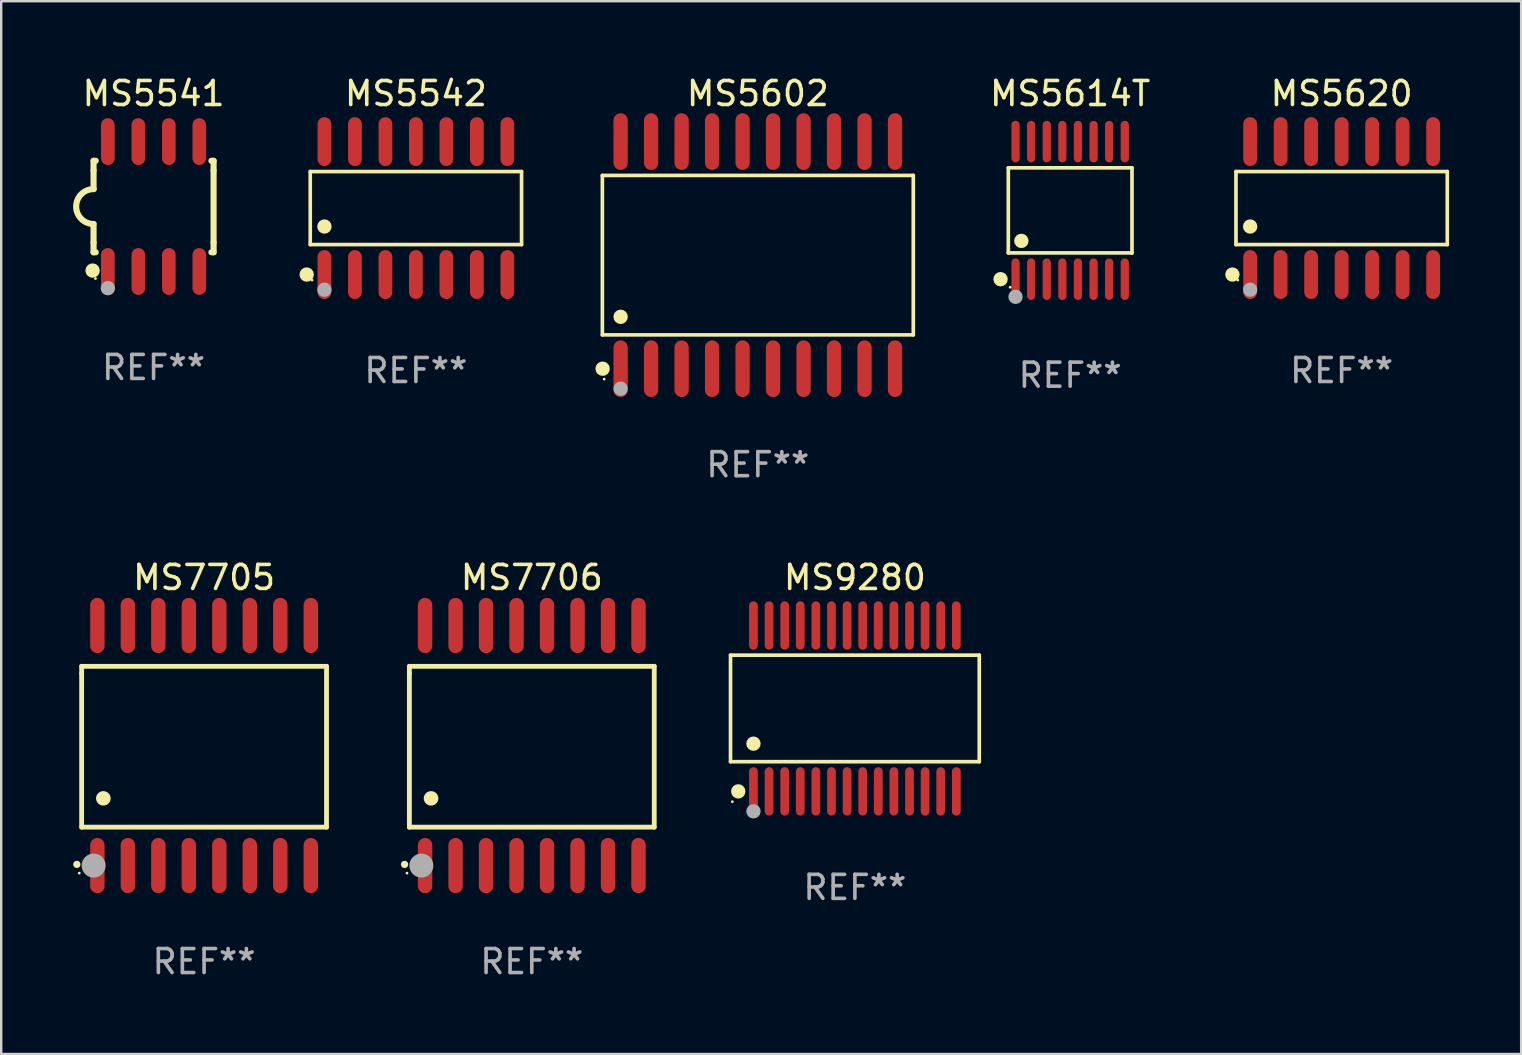
<source format=kicad_pcb>
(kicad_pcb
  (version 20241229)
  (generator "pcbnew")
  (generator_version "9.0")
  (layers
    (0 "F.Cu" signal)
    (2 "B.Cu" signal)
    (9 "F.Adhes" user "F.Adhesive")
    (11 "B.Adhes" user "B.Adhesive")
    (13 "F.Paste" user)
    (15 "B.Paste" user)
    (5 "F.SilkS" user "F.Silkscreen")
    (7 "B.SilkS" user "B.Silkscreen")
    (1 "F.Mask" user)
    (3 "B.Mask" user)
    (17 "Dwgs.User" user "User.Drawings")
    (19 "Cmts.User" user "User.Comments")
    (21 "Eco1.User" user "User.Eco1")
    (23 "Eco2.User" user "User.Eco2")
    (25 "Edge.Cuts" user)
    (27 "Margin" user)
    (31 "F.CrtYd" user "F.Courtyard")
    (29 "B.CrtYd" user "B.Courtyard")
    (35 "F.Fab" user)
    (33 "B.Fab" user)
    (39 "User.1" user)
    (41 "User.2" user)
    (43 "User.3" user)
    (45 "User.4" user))
  (footprint "MS5541"
    (layer "F.Cu")
    (at 3.347 5.553)
    (property "Reference" "MS5541" (at 0 -4.705 0) (layer "F.SilkS") (effects (font (size 1 1) (thickness 0.15))))
    (attr through_hole)
    (fp_line (start -2.5 -1.905) (end -2.409 -1.905) (stroke (width 0.254) (type solid)) (layer "F.SilkS"))
    (fp_line (start -2.5 -1.5) (end -2.5 -1.905) (stroke (width 0.254) (type solid)) (layer "F.SilkS"))
    (fp_line (start -2.5 -1.5) (end -2.5 -0.726) (stroke (width 0.254) (type solid)) (layer "F.SilkS"))
    (fp_line (start -2.5 1.5) (end -2.5 0.727) (stroke (width 0.254) (type solid)) (layer "F.SilkS"))
    (fp_line (start -2.5 1.5) (end -2.5 1.905) (stroke (width 0.254) (type solid)) (layer "F.SilkS"))
    (fp_line (start -2.5 1.905) (end -2.409 1.905) (stroke (width 0.254) (type solid)) (layer "F.SilkS"))
    (fp_line (start 2.5 -1.905) (end 2.409 -1.905) (stroke (width 0.254) (type solid)) (layer "F.SilkS"))
    (fp_line (start 2.5 -1.5) (end 2.5 -1.905) (stroke (width 0.254) (type solid)) (layer "F.SilkS"))
    (fp_line (start 2.5 -1.5) (end 2.5 1.5) (stroke (width 0.254) (type solid)) (layer "F.SilkS"))
    (fp_line (start 2.5 1.5) (end 2.5 1.905) (stroke (width 0.254) (type solid)) (layer "F.SilkS"))
    (fp_line (start 2.5 1.905) (end 2.409 1.905) (stroke (width 0.254) (type solid)) (layer "F.SilkS"))
    (fp_arc (start -2.5 0.726568) (mid -3.220316 -0.0023) (end -2.495097 -0.726289) (stroke (width 0.254001) (type solid)) (layer "F.SilkS"))
    (fp_circle (center -2.54 2.667) (end -2.39 2.667) (stroke (width 0.3) (type solid)) (fill no) (layer "F.SilkS"))
    (fp_circle (center -2.42 3) (end -2.39 3) (stroke (width 0.06) (type solid)) (fill no) (layer "F.SilkS"))
    (fp_circle (center -1.905 3.4) (end -1.755 3.4) (stroke (width 0.3) (type solid)) (fill no) (layer "F.Fab"))
    (fp_text user "REF**" (at 0 6.705 0) (layer "F.Fab") (effects (font (size 1 1) (thickness 0.15))))
    (pad "1" smd oval (at -1.905 2.705) (size 0.568 1.95) (layers "F.Cu" "F.Mask" "F.Paste"))
    (pad "2" smd oval (at -0.635 2.705) (size 0.568 1.95) (layers "F.Cu" "F.Mask" "F.Paste"))
    (pad "3" smd oval (at 0.635 2.705) (size 0.568 1.95) (layers "F.Cu" "F.Mask" "F.Paste"))
    (pad "4" smd oval (at 1.905 2.705) (size 0.568 1.95) (layers "F.Cu" "F.Mask" "F.Paste"))
    (pad "5" smd oval (at 1.905 -2.705) (size 0.568 1.95) (layers "F.Cu" "F.Mask" "F.Paste"))
    (pad "6" smd oval (at 0.635 -2.705) (size 0.568 1.95) (layers "F.Cu" "F.Mask" "F.Paste"))
    (pad "7" smd oval (at -0.635 -2.705) (size 0.568 1.95) (layers "F.Cu" "F.Mask" "F.Paste"))
    (pad "8" smd oval (at -1.905 -2.705) (size 0.568 1.95) (layers "F.Cu" "F.Mask" "F.Paste")))
  (footprint "MS9280"
    (layer "F.Cu")
    (at 32.56 26.46)
    (property "Reference" "MS9280" (at 0 -5.455 0) (layer "F.SilkS") (effects (font (size 1 1) (thickness 0.15))))
    (attr through_hole)
    (fp_line (start -5.181 -2.219) (end 5.181 -2.219) (stroke (width 0.152) (type solid)) (layer "F.SilkS"))
    (fp_line (start -5.181 2.219) (end -5.181 -2.219) (stroke (width 0.152) (type solid)) (layer "F.SilkS"))
    (fp_line (start 5.181 -2.219) (end 5.181 2.219) (stroke (width 0.152) (type solid)) (layer "F.SilkS"))
    (fp_line (start 5.181 2.219) (end -5.181 2.219) (stroke (width 0.152) (type solid)) (layer "F.SilkS"))
    (fp_circle (center -5.105 3.885) (end -5.075 3.885) (stroke (width 0.06) (type solid)) (fill no) (layer "F.SilkS"))
    (fp_circle (center -4.859 3.455) (end -4.709 3.455) (stroke (width 0.3) (type solid)) (fill no) (layer "F.SilkS"))
    (fp_circle (center -4.225 1.467) (end -4.075 1.467) (stroke (width 0.3) (type solid)) (fill no) (layer "F.SilkS"))
    (fp_circle (center -4.225 4.285) (end -4.075 4.285) (stroke (width 0.3) (type solid)) (fill no) (layer "F.Fab"))
    (fp_text user "REF**" (at 0 7.455 0) (layer "F.Fab") (effects (font (size 1 1) (thickness 0.15))))
    (pad "1" smd oval (at -4.225 3.455) (size 0.364 2.015) (layers "F.Cu" "F.Mask" "F.Paste"))
    (pad "2" smd oval (at -3.575 3.455) (size 0.364 2.015) (layers "F.Cu" "F.Mask" "F.Paste"))
    (pad "3" smd oval (at -2.925 3.455) (size 0.364 2.015) (layers "F.Cu" "F.Mask" "F.Paste"))
    (pad "4" smd oval (at -2.275 3.455) (size 0.364 2.015) (layers "F.Cu" "F.Mask" "F.Paste"))
    (pad "5" smd oval (at -1.625 3.455) (size 0.364 2.015) (layers "F.Cu" "F.Mask" "F.Paste"))
    (pad "6" smd oval (at -0.975 3.455) (size 0.364 2.015) (layers "F.Cu" "F.Mask" "F.Paste"))
    (pad "7" smd oval (at -0.325 3.455) (size 0.364 2.015) (layers "F.Cu" "F.Mask" "F.Paste"))
    (pad "8" smd oval (at 0.325 3.455) (size 0.364 2.015) (layers "F.Cu" "F.Mask" "F.Paste"))
    (pad "9" smd oval (at 0.975 3.455) (size 0.364 2.015) (layers "F.Cu" "F.Mask" "F.Paste"))
    (pad "10" smd oval (at 1.625 3.455) (size 0.364 2.015) (layers "F.Cu" "F.Mask" "F.Paste"))
    (pad "11" smd oval (at 2.275 3.455) (size 0.364 2.015) (layers "F.Cu" "F.Mask" "F.Paste"))
    (pad "12" smd oval (at 2.925 3.455) (size 0.364 2.015) (layers "F.Cu" "F.Mask" "F.Paste"))
    (pad "13" smd oval (at 3.575 3.455) (size 0.364 2.015) (layers "F.Cu" "F.Mask" "F.Paste"))
    (pad "14" smd oval (at 4.225 3.455) (size 0.364 2.015) (layers "F.Cu" "F.Mask" "F.Paste"))
    (pad "15" smd oval (at 4.225 -3.455) (size 0.364 2.015) (layers "F.Cu" "F.Mask" "F.Paste"))
    (pad "16" smd oval (at 3.575 -3.455) (size 0.364 2.015) (layers "F.Cu" "F.Mask" "F.Paste"))
    (pad "17" smd oval (at 2.925 -3.455) (size 0.364 2.015) (layers "F.Cu" "F.Mask" "F.Paste"))
    (pad "18" smd oval (at 2.275 -3.455) (size 0.364 2.015) (layers "F.Cu" "F.Mask" "F.Paste"))
    (pad "19" smd oval (at 1.625 -3.455) (size 0.364 2.015) (layers "F.Cu" "F.Mask" "F.Paste"))
    (pad "20" smd oval (at 0.975 -3.455) (size 0.364 2.015) (layers "F.Cu" "F.Mask" "F.Paste"))
    (pad "21" smd oval (at 0.325 -3.455) (size 0.364 2.015) (layers "F.Cu" "F.Mask" "F.Paste"))
    (pad "22" smd oval (at -0.325 -3.455) (size 0.364 2.015) (layers "F.Cu" "F.Mask" "F.Paste"))
    (pad "23" smd oval (at -0.975 -3.455) (size 0.364 2.015) (layers "F.Cu" "F.Mask" "F.Paste"))
    (pad "24" smd oval (at -1.625 -3.455) (size 0.364 2.015) (layers "F.Cu" "F.Mask" "F.Paste"))
    (pad "25" smd oval (at -2.275 -3.455) (size 0.364 2.015) (layers "F.Cu" "F.Mask" "F.Paste"))
    (pad "26" smd oval (at -2.925 -3.455) (size 0.364 2.015) (layers "F.Cu" "F.Mask" "F.Paste"))
    (pad "27" smd oval (at -3.575 -3.455) (size 0.364 2.015) (layers "F.Cu" "F.Mask" "F.Paste"))
    (pad "28" smd oval (at -4.225 -3.455) (size 0.364 2.015) (layers "F.Cu" "F.Mask" "F.Paste")))
  (footprint "MS5614T"
    (layer "F.Cu")
    (at 41.527 5.714)
    (property "Reference" "MS5614T" (at 0 -4.866 0) (layer "F.SilkS") (effects (font (size 1 1) (thickness 0.15))))
    (attr through_hole)
    (fp_line (start -2.576 -1.772) (end 2.576 -1.772) (stroke (width 0.152) (type solid)) (layer "F.SilkS"))
    (fp_line (start -2.576 1.771) (end -2.576 -1.772) (stroke (width 0.152) (type solid)) (layer "F.SilkS"))
    (fp_line (start 2.576 -1.772) (end 2.576 1.771) (stroke (width 0.152) (type solid)) (layer "F.SilkS"))
    (fp_line (start 2.576 1.771) (end -2.576 1.771) (stroke (width 0.152) (type solid)) (layer "F.SilkS"))
    (fp_circle (center -2.899 2.866) (end -2.749 2.866) (stroke (width 0.3) (type solid)) (fill no) (layer "F.SilkS"))
    (fp_circle (center -2.5 3.2) (end -2.47 3.2) (stroke (width 0.06) (type solid)) (fill no) (layer "F.SilkS"))
    (fp_circle (center -2.032 1.27) (end -1.882 1.27) (stroke (width 0.3) (type solid)) (fill no) (layer "F.SilkS"))
    (fp_circle (center -2.275 3.6) (end -2.125 3.6) (stroke (width 0.3) (type solid)) (fill no) (layer "F.Fab"))
    (fp_text user "REF**" (at 0 6.866 0) (layer "F.Fab") (effects (font (size 1 1) (thickness 0.15))))
    (pad "1" smd oval (at -2.275 2.866) (size 0.343 1.731) (layers "F.Cu" "F.Mask" "F.Paste"))
    (pad "2" smd oval (at -1.625 2.866) (size 0.343 1.731) (layers "F.Cu" "F.Mask" "F.Paste"))
    (pad "3" smd oval (at -0.975 2.866) (size 0.343 1.731) (layers "F.Cu" "F.Mask" "F.Paste"))
    (pad "4" smd oval (at -0.325 2.866) (size 0.343 1.731) (layers "F.Cu" "F.Mask" "F.Paste"))
    (pad "5" smd oval (at 0.325 2.866) (size 0.343 1.731) (layers "F.Cu" "F.Mask" "F.Paste"))
    (pad "6" smd oval (at 0.975 2.866) (size 0.343 1.731) (layers "F.Cu" "F.Mask" "F.Paste"))
    (pad "7" smd oval (at 1.625 2.866) (size 0.343 1.731) (layers "F.Cu" "F.Mask" "F.Paste"))
    (pad "8" smd oval (at 2.275 2.866) (size 0.343 1.731) (layers "F.Cu" "F.Mask" "F.Paste"))
    (pad "9" smd oval (at 2.275 -2.866) (size 0.343 1.731) (layers "F.Cu" "F.Mask" "F.Paste"))
    (pad "10" smd oval (at 1.625 -2.866) (size 0.343 1.731) (layers "F.Cu" "F.Mask" "F.Paste"))
    (pad "11" smd oval (at 0.975 -2.866) (size 0.343 1.731) (layers "F.Cu" "F.Mask" "F.Paste"))
    (pad "12" smd oval (at 0.325 -2.866) (size 0.343 1.731) (layers "F.Cu" "F.Mask" "F.Paste"))
    (pad "13" smd oval (at -0.325 -2.866) (size 0.343 1.731) (layers "F.Cu" "F.Mask" "F.Paste"))
    (pad "14" smd oval (at -0.975 -2.866) (size 0.343 1.731) (layers "F.Cu" "F.Mask" "F.Paste"))
    (pad "15" smd oval (at -1.625 -2.866) (size 0.343 1.731) (layers "F.Cu" "F.Mask" "F.Paste"))
    (pad "16" smd oval (at -2.275 -2.866) (size 0.343 1.731) (layers "F.Cu" "F.Mask" "F.Paste")))
  (footprint "MS5602"
    (layer "F.Cu")
    (at 28.517 7.578)
    (property "Reference" "MS5602" (at 0 -6.73 0) (layer "F.SilkS") (effects (font (size 1 1) (thickness 0.15))))
    (attr through_hole)
    (fp_line (start -6.476 -3.321) (end 6.476 -3.321) (stroke (width 0.152) (type solid)) (layer "F.SilkS"))
    (fp_line (start -6.476 3.321) (end -6.476 -3.321) (stroke (width 0.152) (type solid)) (layer "F.SilkS"))
    (fp_line (start 6.476 -3.321) (end 6.476 3.321) (stroke (width 0.152) (type solid)) (layer "F.SilkS"))
    (fp_line (start 6.476 3.321) (end -6.476 3.321) (stroke (width 0.152) (type solid)) (layer "F.SilkS"))
    (fp_circle (center -6.465 4.73) (end -6.315 4.73) (stroke (width 0.3) (type solid)) (fill no) (layer "F.SilkS"))
    (fp_circle (center -6.4 5.163) (end -6.37 5.163) (stroke (width 0.06) (type solid)) (fill no) (layer "F.SilkS"))
    (fp_circle (center -5.715 2.569) (end -5.565 2.569) (stroke (width 0.3) (type solid)) (fill no) (layer "F.SilkS"))
    (fp_circle (center -5.715 5.563) (end -5.565 5.563) (stroke (width 0.3) (type solid)) (fill no) (layer "F.Fab"))
    (fp_text user "REF**" (at 0 8.73 0) (layer "F.Fab") (effects (font (size 1 1) (thickness 0.15))))
    (pad "1" smd oval (at -5.715 4.73) (size 0.595 2.36) (layers "F.Cu" "F.Mask" "F.Paste"))
    (pad "2" smd oval (at -4.445 4.73) (size 0.595 2.36) (layers "F.Cu" "F.Mask" "F.Paste"))
    (pad "3" smd oval (at -3.175 4.73) (size 0.595 2.36) (layers "F.Cu" "F.Mask" "F.Paste"))
    (pad "4" smd oval (at -1.905 4.73) (size 0.595 2.36) (layers "F.Cu" "F.Mask" "F.Paste"))
    (pad "5" smd oval (at -0.635 4.73) (size 0.595 2.36) (layers "F.Cu" "F.Mask" "F.Paste"))
    (pad "6" smd oval (at 0.635 4.73) (size 0.595 2.36) (layers "F.Cu" "F.Mask" "F.Paste"))
    (pad "7" smd oval (at 1.905 4.73) (size 0.595 2.36) (layers "F.Cu" "F.Mask" "F.Paste"))
    (pad "8" smd oval (at 3.175 4.73) (size 0.595 2.36) (layers "F.Cu" "F.Mask" "F.Paste"))
    (pad "9" smd oval (at 4.445 4.73) (size 0.595 2.36) (layers "F.Cu" "F.Mask" "F.Paste"))
    (pad "10" smd oval (at 5.715 4.73) (size 0.595 2.36) (layers "F.Cu" "F.Mask" "F.Paste"))
    (pad "11" smd oval (at 5.715 -4.73) (size 0.595 2.36) (layers "F.Cu" "F.Mask" "F.Paste"))
    (pad "12" smd oval (at 4.445 -4.73) (size 0.595 2.36) (layers "F.Cu" "F.Mask" "F.Paste"))
    (pad "13" smd oval (at 3.175 -4.73) (size 0.595 2.36) (layers "F.Cu" "F.Mask" "F.Paste"))
    (pad "14" smd oval (at 1.905 -4.73) (size 0.595 2.36) (layers "F.Cu" "F.Mask" "F.Paste"))
    (pad "15" smd oval (at 0.635 -4.73) (size 0.595 2.36) (layers "F.Cu" "F.Mask" "F.Paste"))
    (pad "16" smd oval (at -0.635 -4.73) (size 0.595 2.36) (layers "F.Cu" "F.Mask" "F.Paste"))
    (pad "17" smd oval (at -1.905 -4.73) (size 0.595 2.36) (layers "F.Cu" "F.Mask" "F.Paste"))
    (pad "18" smd oval (at -3.175 -4.73) (size 0.595 2.36) (layers "F.Cu" "F.Mask" "F.Paste"))
    (pad "19" smd oval (at -4.445 -4.73) (size 0.595 2.36) (layers "F.Cu" "F.Mask" "F.Paste"))
    (pad "20" smd oval (at -5.715 -4.73) (size 0.595 2.36) (layers "F.Cu" "F.Mask" "F.Paste")))
  (footprint "MS5620"
    (layer "F.Cu")
    (at 52.835 5.617)
    (property "Reference" "MS5620" (at 0 -4.769 0) (layer "F.SilkS") (effects (font (size 1 1) (thickness 0.15))))
    (attr through_hole)
    (fp_line (start -4.401 -1.521) (end 4.401 -1.521) (stroke (width 0.152) (type solid)) (layer "F.SilkS"))
    (fp_line (start -4.401 1.521) (end -4.401 -1.521) (stroke (width 0.152) (type solid)) (layer "F.SilkS"))
    (fp_line (start 4.401 -1.521) (end 4.401 1.521) (stroke (width 0.152) (type solid)) (layer "F.SilkS"))
    (fp_line (start 4.401 1.521) (end -4.401 1.521) (stroke (width 0.152) (type solid)) (layer "F.SilkS"))
    (fp_circle (center -4.549 2.769) (end -4.399 2.769) (stroke (width 0.3) (type solid)) (fill no) (layer "F.SilkS"))
    (fp_circle (center -4.325 3) (end -4.295 3) (stroke (width 0.06) (type solid)) (fill no) (layer "F.SilkS"))
    (fp_circle (center -3.81 0.769) (end -3.66 0.769) (stroke (width 0.3) (type solid)) (fill no) (layer "F.SilkS"))
    (fp_circle (center -3.81 3.4) (end -3.66 3.4) (stroke (width 0.3) (type solid)) (fill no) (layer "F.Fab"))
    (fp_text user "REF**" (at 0 6.769 0) (layer "F.Fab") (effects (font (size 1 1) (thickness 0.15))))
    (pad "1" smd oval (at -3.81 2.769) (size 0.574 2.038) (layers "F.Cu" "F.Mask" "F.Paste"))
    (pad "2" smd oval (at -2.54 2.769) (size 0.574 2.038) (layers "F.Cu" "F.Mask" "F.Paste"))
    (pad "3" smd oval (at -1.27 2.769) (size 0.574 2.038) (layers "F.Cu" "F.Mask" "F.Paste"))
    (pad "4" smd oval (at 0 2.769) (size 0.574 2.038) (layers "F.Cu" "F.Mask" "F.Paste"))
    (pad "5" smd oval (at 1.27 2.769) (size 0.574 2.038) (layers "F.Cu" "F.Mask" "F.Paste"))
    (pad "6" smd oval (at 2.54 2.769) (size 0.574 2.038) (layers "F.Cu" "F.Mask" "F.Paste"))
    (pad "7" smd oval (at 3.81 2.769) (size 0.574 2.038) (layers "F.Cu" "F.Mask" "F.Paste"))
    (pad "8" smd oval (at 3.81 -2.769) (size 0.574 2.038) (layers "F.Cu" "F.Mask" "F.Paste"))
    (pad "9" smd oval (at 2.54 -2.769) (size 0.574 2.038) (layers "F.Cu" "F.Mask" "F.Paste"))
    (pad "10" smd oval (at 1.27 -2.769) (size 0.574 2.038) (layers "F.Cu" "F.Mask" "F.Paste"))
    (pad "11" smd oval (at 0 -2.769) (size 0.574 2.038) (layers "F.Cu" "F.Mask" "F.Paste"))
    (pad "12" smd oval (at -1.27 -2.769) (size 0.574 2.038) (layers "F.Cu" "F.Mask" "F.Paste"))
    (pad "13" smd oval (at -2.54 -2.769) (size 0.574 2.038) (layers "F.Cu" "F.Mask" "F.Paste"))
    (pad "14" smd oval (at -3.81 -2.769) (size 0.574 2.038) (layers "F.Cu" "F.Mask" "F.Paste")))
  (footprint "MS7705"
    (layer "F.Cu")
    (at 5.451 28.005)
    (property "Reference" "MS7705" (at 0 -7 0) (layer "F.SilkS") (effects (font (size 1 1) (thickness 0.15))))
    (attr through_hole)
    (fp_line (start -5.1 -3.3) (end -5.1 -3) (stroke (width 0.2) (type solid)) (layer "F.SilkS"))
    (fp_line (start -5.1 -3) (end -5.1 3.4) (stroke (width 0.2) (type solid)) (layer "F.SilkS"))
    (fp_line (start -5.1 3.4) (end 5.1 3.4) (stroke (width 0.2) (type solid)) (layer "F.SilkS"))
    (fp_line (start 5.1 -3.3) (end -5.1 -3.3) (stroke (width 0.2) (type solid)) (layer "F.SilkS"))
    (fp_line (start 5.1 3.4) (end 5.1 -3.3) (stroke (width 0.2) (type solid)) (layer "F.SilkS"))
    (fp_arc (start -5.300991 4.950495) (mid -5.299721 4.95049) (end -5.298451 4.950495) (stroke (width 0.3) (type solid)) (layer "F.SilkS"))
    (fp_arc (start -4.2 2.200025) (mid -4.19619 2.200001) (end -4.19238 2.200025) (stroke (width 0.6) (type solid)) (layer "F.SilkS"))
    (fp_circle (center -5.2 5.315) (end -5.17 5.315) (stroke (width 0.06) (type solid)) (fill no) (layer "F.SilkS"))
    (fp_circle (center -4.6 5) (end -4.35 5) (stroke (width 0.5) (type solid)) (fill no) (layer "F.Fab"))
    (fp_text user "REF**" (at 0 9 0) (layer "F.Fab") (effects (font (size 1 1) (thickness 0.15))))
    (pad "1" smd oval (at -4.445 5 180) (size 0.6 2.3) (layers "F.Cu" "F.Mask" "F.Paste"))
    (pad "2" smd oval (at -3.175 5 180) (size 0.6 2.3) (layers "F.Cu" "F.Mask" "F.Paste"))
    (pad "3" smd oval (at -1.905 5 180) (size 0.6 2.3) (layers "F.Cu" "F.Mask" "F.Paste"))
    (pad "4" smd oval (at -0.635 5 180) (size 0.6 2.3) (layers "F.Cu" "F.Mask" "F.Paste"))
    (pad "5" smd oval (at 0.635 5 180) (size 0.6 2.3) (layers "F.Cu" "F.Mask" "F.Paste"))
    (pad "6" smd oval (at 1.905 5 180) (size 0.6 2.3) (layers "F.Cu" "F.Mask" "F.Paste"))
    (pad "7" smd oval (at 3.175 5 180) (size 0.6 2.3) (layers "F.Cu" "F.Mask" "F.Paste"))
    (pad "8" smd oval (at 4.445 5 180) (size 0.6 2.3) (layers "F.Cu" "F.Mask" "F.Paste"))
    (pad "9" smd oval (at 4.445 -5 180) (size 0.6 2.3) (layers "F.Cu" "F.Mask" "F.Paste"))
    (pad "10" smd oval (at 3.175 -5 180) (size 0.6 2.3) (layers "F.Cu" "F.Mask" "F.Paste"))
    (pad "11" smd oval (at 1.905 -5 180) (size 0.6 2.3) (layers "F.Cu" "F.Mask" "F.Paste"))
    (pad "12" smd oval (at 0.635 -5 180) (size 0.6 2.3) (layers "F.Cu" "F.Mask" "F.Paste"))
    (pad "13" smd oval (at -0.635 -5 180) (size 0.6 2.3) (layers "F.Cu" "F.Mask" "F.Paste"))
    (pad "14" smd oval (at -1.905 -5 180) (size 0.6 2.3) (layers "F.Cu" "F.Mask" "F.Paste"))
    (pad "15" smd oval (at -3.175 -5 180) (size 0.6 2.3) (layers "F.Cu" "F.Mask" "F.Paste"))
    (pad "16" smd oval (at -4.445 -5 180) (size 0.6 2.3) (layers "F.Cu" "F.Mask" "F.Paste")))
  (footprint "MS7706"
    (layer "F.Cu")
    (at 19.102 28.005)
    (property "Reference" "MS7706" (at 0 -7 0) (layer "F.SilkS") (effects (font (size 1 1) (thickness 0.15))))
    (attr through_hole)
    (fp_line (start -5.1 -3.3) (end -5.1 -3) (stroke (width 0.2) (type solid)) (layer "F.SilkS"))
    (fp_line (start -5.1 -3) (end -5.1 3.4) (stroke (width 0.2) (type solid)) (layer "F.SilkS"))
    (fp_line (start -5.1 3.4) (end 5.1 3.4) (stroke (width 0.2) (type solid)) (layer "F.SilkS"))
    (fp_line (start 5.1 -3.3) (end -5.1 -3.3) (stroke (width 0.2) (type solid)) (layer "F.SilkS"))
    (fp_line (start 5.1 3.4) (end 5.1 -3.3) (stroke (width 0.2) (type solid)) (layer "F.SilkS"))
    (fp_arc (start -5.300991 4.950495) (mid -5.299721 4.95049) (end -5.298451 4.950495) (stroke (width 0.3) (type solid)) (layer "F.SilkS"))
    (fp_arc (start -4.2 2.200025) (mid -4.19619 2.200001) (end -4.19238 2.200025) (stroke (width 0.6) (type solid)) (layer "F.SilkS"))
    (fp_circle (center -5.2 5.315) (end -5.17 5.315) (stroke (width 0.06) (type solid)) (fill no) (layer "F.SilkS"))
    (fp_circle (center -4.6 5) (end -4.35 5) (stroke (width 0.5) (type solid)) (fill no) (layer "F.Fab"))
    (fp_text user "REF**" (at 0 9 0) (layer "F.Fab") (effects (font (size 1 1) (thickness 0.15))))
    (pad "1" smd oval (at -4.445 5 180) (size 0.6 2.3) (layers "F.Cu" "F.Mask" "F.Paste"))
    (pad "2" smd oval (at -3.175 5 180) (size 0.6 2.3) (layers "F.Cu" "F.Mask" "F.Paste"))
    (pad "3" smd oval (at -1.905 5 180) (size 0.6 2.3) (layers "F.Cu" "F.Mask" "F.Paste"))
    (pad "4" smd oval (at -0.635 5 180) (size 0.6 2.3) (layers "F.Cu" "F.Mask" "F.Paste"))
    (pad "5" smd oval (at 0.635 5 180) (size 0.6 2.3) (layers "F.Cu" "F.Mask" "F.Paste"))
    (pad "6" smd oval (at 1.905 5 180) (size 0.6 2.3) (layers "F.Cu" "F.Mask" "F.Paste"))
    (pad "7" smd oval (at 3.175 5 180) (size 0.6 2.3) (layers "F.Cu" "F.Mask" "F.Paste"))
    (pad "8" smd oval (at 4.445 5 180) (size 0.6 2.3) (layers "F.Cu" "F.Mask" "F.Paste"))
    (pad "9" smd oval (at 4.445 -5 180) (size 0.6 2.3) (layers "F.Cu" "F.Mask" "F.Paste"))
    (pad "10" smd oval (at 3.175 -5 180) (size 0.6 2.3) (layers "F.Cu" "F.Mask" "F.Paste"))
    (pad "11" smd oval (at 1.905 -5 180) (size 0.6 2.3) (layers "F.Cu" "F.Mask" "F.Paste"))
    (pad "12" smd oval (at 0.635 -5 180) (size 0.6 2.3) (layers "F.Cu" "F.Mask" "F.Paste"))
    (pad "13" smd oval (at -0.635 -5 180) (size 0.6 2.3) (layers "F.Cu" "F.Mask" "F.Paste"))
    (pad "14" smd oval (at -1.905 -5 180) (size 0.6 2.3) (layers "F.Cu" "F.Mask" "F.Paste"))
    (pad "15" smd oval (at -3.175 -5 180) (size 0.6 2.3) (layers "F.Cu" "F.Mask" "F.Paste"))
    (pad "16" smd oval (at -4.445 -5 180) (size 0.6 2.3) (layers "F.Cu" "F.Mask" "F.Paste")))
  (footprint "MS5542"
    (layer "F.Cu")
    (at 14.274 5.617)
    (property "Reference" "MS5542" (at 0 -4.769 0) (layer "F.SilkS") (effects (font (size 1 1) (thickness 0.15))))
    (attr through_hole)
    (fp_line (start -4.401 -1.521) (end 4.401 -1.521) (stroke (width 0.152) (type solid)) (layer "F.SilkS"))
    (fp_line (start -4.401 1.521) (end -4.401 -1.521) (stroke (width 0.152) (type solid)) (layer "F.SilkS"))
    (fp_line (start 4.401 -1.521) (end 4.401 1.521) (stroke (width 0.152) (type solid)) (layer "F.SilkS"))
    (fp_line (start 4.401 1.521) (end -4.401 1.521) (stroke (width 0.152) (type solid)) (layer "F.SilkS"))
    (fp_circle (center -4.549 2.769) (end -4.399 2.769) (stroke (width 0.3) (type solid)) (fill no) (layer "F.SilkS"))
    (fp_circle (center -4.325 3) (end -4.295 3) (stroke (width 0.06) (type solid)) (fill no) (layer "F.SilkS"))
    (fp_circle (center -3.81 0.769) (end -3.66 0.769) (stroke (width 0.3) (type solid)) (fill no) (layer "F.SilkS"))
    (fp_circle (center -3.81 3.4) (end -3.66 3.4) (stroke (width 0.3) (type solid)) (fill no) (layer "F.Fab"))
    (fp_text user "REF**" (at 0 6.769 0) (layer "F.Fab") (effects (font (size 1 1) (thickness 0.15))))
    (pad "1" smd oval (at -3.81 2.769) (size 0.574 2.038) (layers "F.Cu" "F.Mask" "F.Paste"))
    (pad "2" smd oval (at -2.54 2.769) (size 0.574 2.038) (layers "F.Cu" "F.Mask" "F.Paste"))
    (pad "3" smd oval (at -1.27 2.769) (size 0.574 2.038) (layers "F.Cu" "F.Mask" "F.Paste"))
    (pad "4" smd oval (at 0 2.769) (size 0.574 2.038) (layers "F.Cu" "F.Mask" "F.Paste"))
    (pad "5" smd oval (at 1.27 2.769) (size 0.574 2.038) (layers "F.Cu" "F.Mask" "F.Paste"))
    (pad "6" smd oval (at 2.54 2.769) (size 0.574 2.038) (layers "F.Cu" "F.Mask" "F.Paste"))
    (pad "7" smd oval (at 3.81 2.769) (size 0.574 2.038) (layers "F.Cu" "F.Mask" "F.Paste"))
    (pad "8" smd oval (at 3.81 -2.769) (size 0.574 2.038) (layers "F.Cu" "F.Mask" "F.Paste"))
    (pad "9" smd oval (at 2.54 -2.769) (size 0.574 2.038) (layers "F.Cu" "F.Mask" "F.Paste"))
    (pad "10" smd oval (at 1.27 -2.769) (size 0.574 2.038) (layers "F.Cu" "F.Mask" "F.Paste"))
    (pad "11" smd oval (at 0 -2.769) (size 0.574 2.038) (layers "F.Cu" "F.Mask" "F.Paste"))
    (pad "12" smd oval (at -1.27 -2.769) (size 0.574 2.038) (layers "F.Cu" "F.Mask" "F.Paste"))
    (pad "13" smd oval (at -2.54 -2.769) (size 0.574 2.038) (layers "F.Cu" "F.Mask" "F.Paste"))
    (pad "14" smd oval (at -3.81 -2.769) (size 0.574 2.038) (layers "F.Cu" "F.Mask" "F.Paste")))
  (gr_rect
    (start -3 -3)
    (end 60.313 40.853)
    (stroke (width 0.1) (type default))
    (fill no)
    (layer "Edge.Cuts")))
</source>
